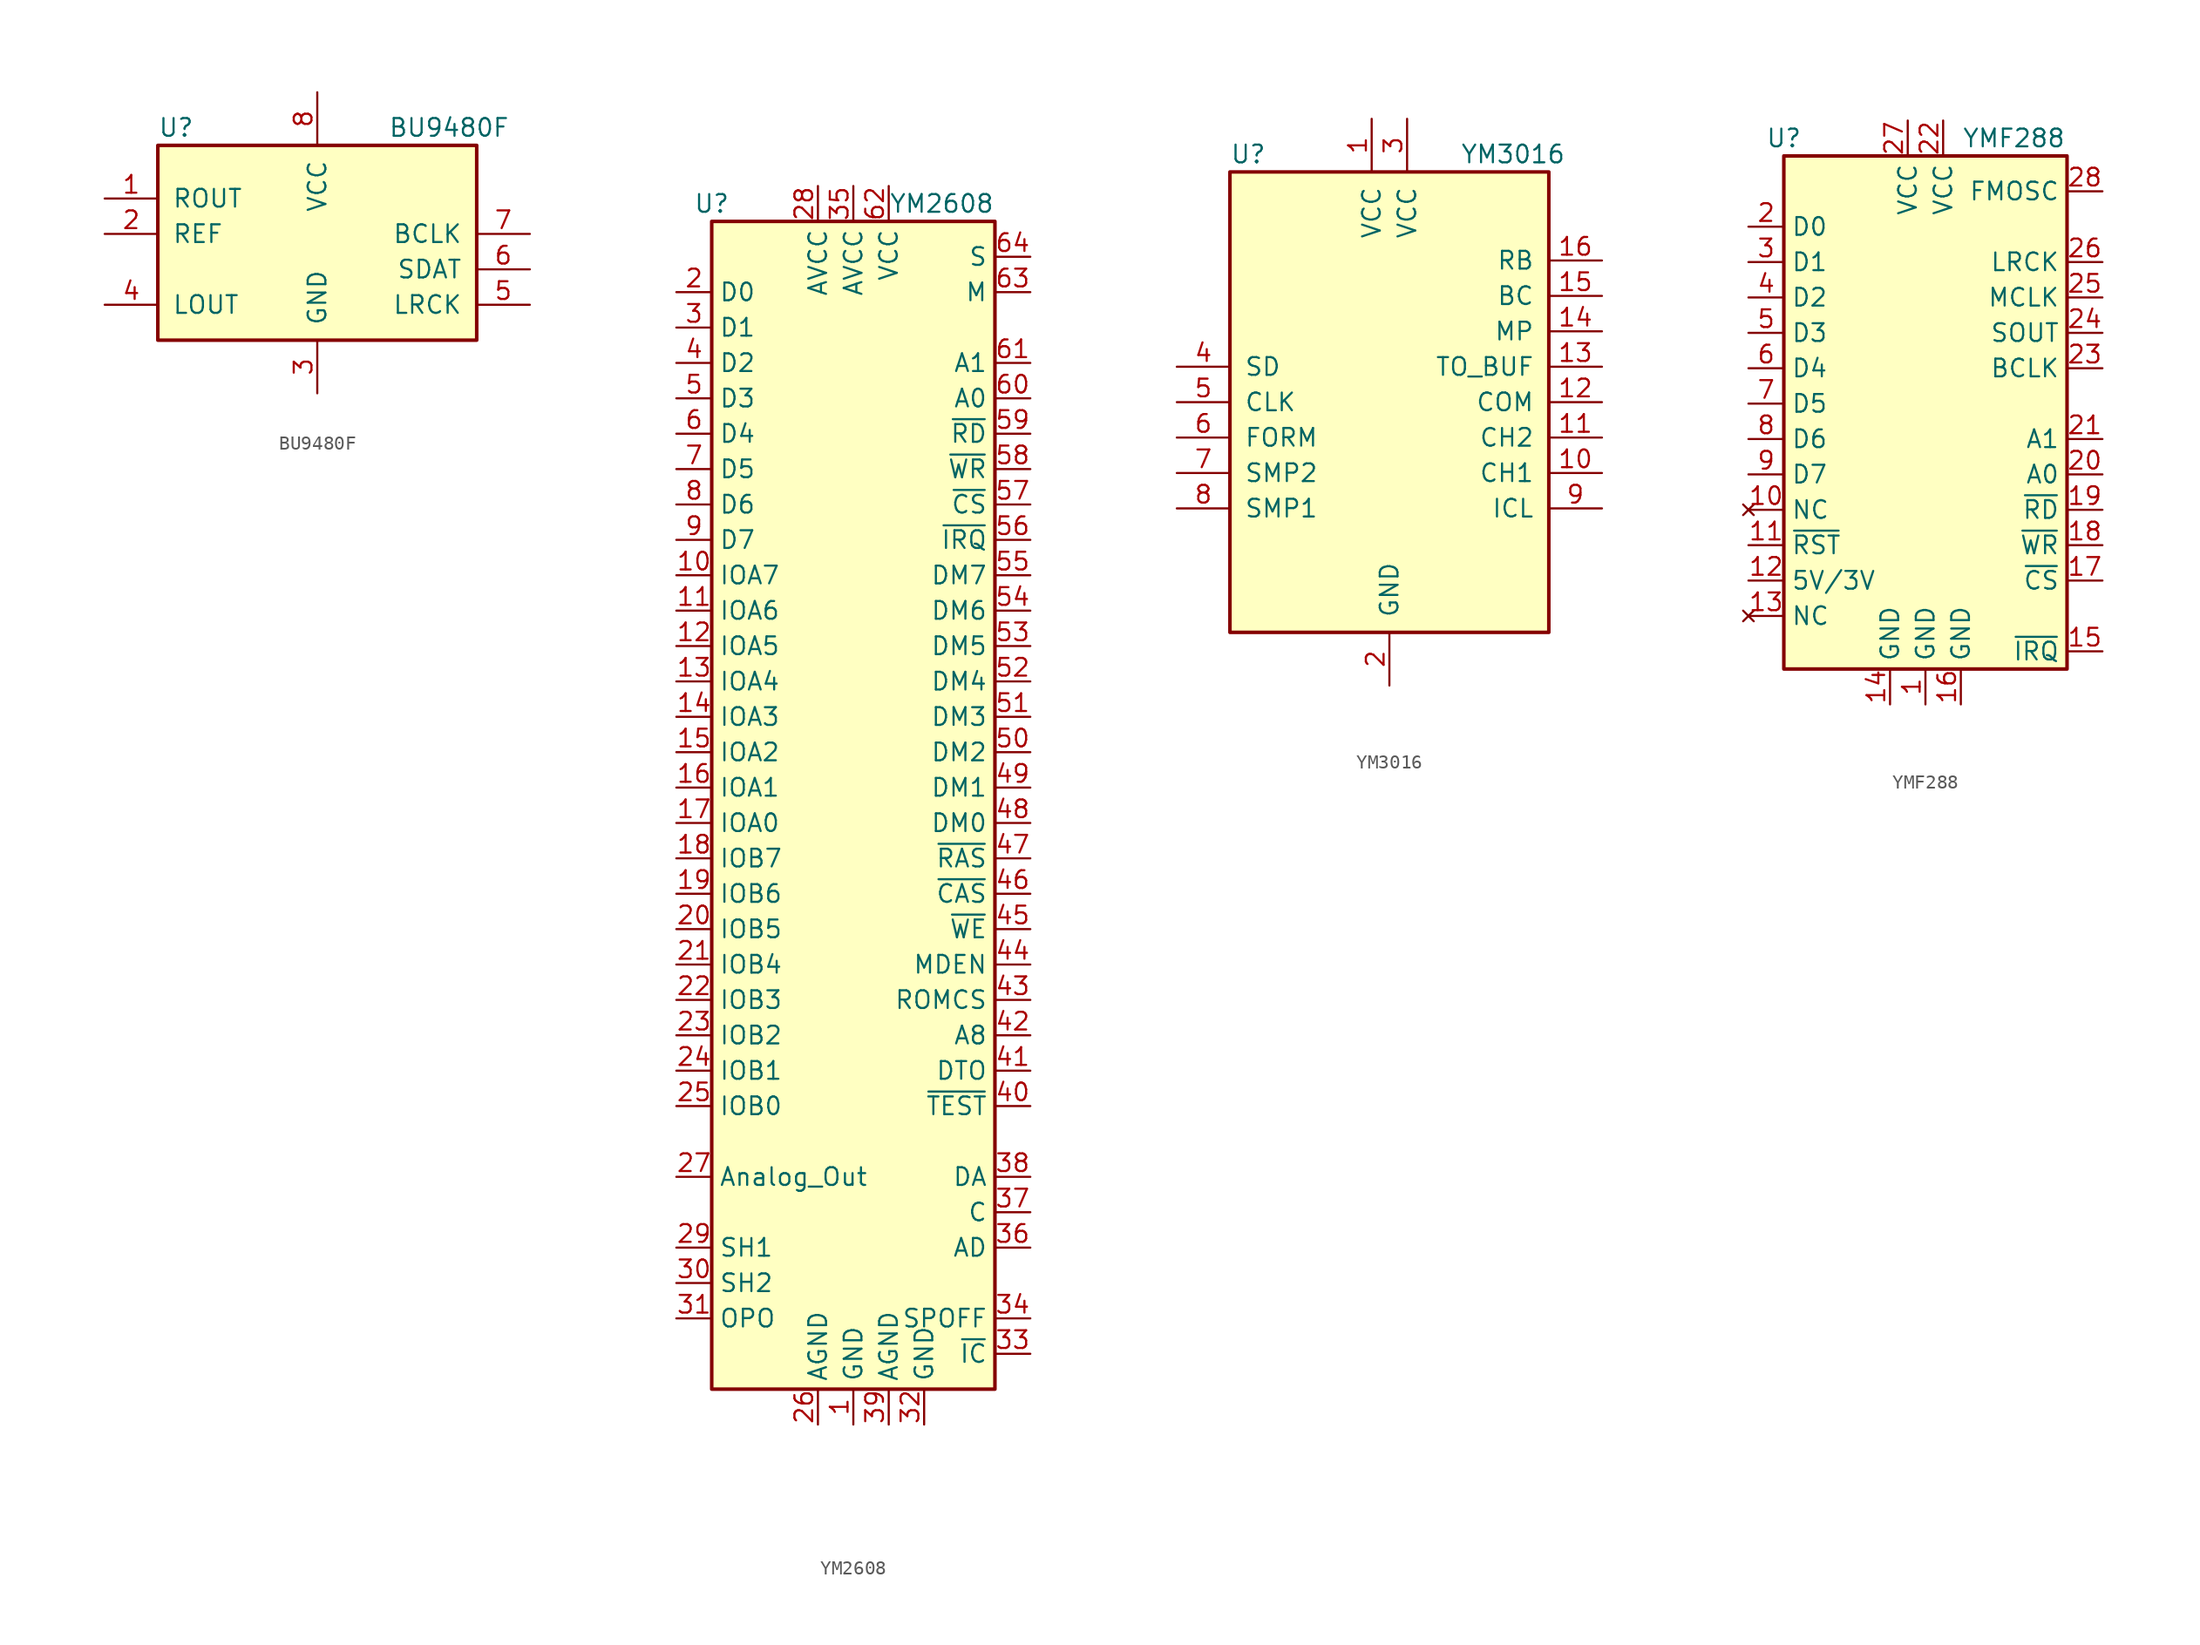
<source format=kicad_sym>
(kicad_symbol_lib
  (version 20220914)
  (generator kicad_symbol_editor)
  (symbol "BU9480F"
    (pin_names
      (offset 1.016))
    (property "Reference" "U"
      (at -11.43 17.78 0)
      (effects (font (size 1.27 1.27)) (justify left)))
    (property "Value" "BU9480F"
      (at 5.08 17.78 0)
      (effects (font (size 1.27 1.27)) (justify left)))
    (symbol "BU9480F_0_1"
      (rectangle (start -11.43 2.54) (end 11.43 16.51) (stroke (width 0.254) (type solid)) (fill (type background))))
    (symbol "BU9480F_1_1"
      (pin output line (at -15.24 12.7 0) (length 3.81) (name "ROUT" (effects (font (size 1.27 1.27)))) (number "1" (effects (font (size 1.27 1.27)))))
      (pin input line (at -15.24 10.16 0) (length 3.81) (name "REF" (effects (font (size 1.27 1.27)))) (number "2" (effects (font (size 1.27 1.27)))))
      (pin power_in line (at 0 -1.27 90) (length 3.81) (name "GND" (effects (font (size 1.27 1.27)))) (number "3" (effects (font (size 1.27 1.27)))))
      (pin output line (at -15.24 5.08 0) (length 3.81) (name "LOUT" (effects (font (size 1.27 1.27)))) (number "4" (effects (font (size 1.27 1.27)))))
      (pin input line (at 15.24 5.08 180) (length 3.81) (name "LRCK" (effects (font (size 1.27 1.27)))) (number "5" (effects (font (size 1.27 1.27)))))
      (pin input line (at 15.24 7.62 180) (length 3.81) (name "SDAT" (effects (font (size 1.27 1.27)))) (number "6" (effects (font (size 1.27 1.27)))))
      (pin input line (at 15.24 10.16 180) (length 3.81) (name "BCLK" (effects (font (size 1.27 1.27)))) (number "7" (effects (font (size 1.27 1.27)))))
      (pin power_in line (at 0 20.32 270) (length 3.81) (name "VCC" (effects (font (size 1.27 1.27)))) (number "8" (effects (font (size 1.27 1.27)))))))
  (symbol "YM2608"
    (property "Reference" "U"
      (at -10.16 29.21 0)
      (effects (font (size 1.27 1.27))))
    (property "Value" "YM2608"
      (at 6.35 29.21 0)
      (effects (font (size 1.27 1.27))))
    (symbol "YM2608_0_0"
      (pin power_in line (at -2.54 30.48 270) (length 2.54) (name "AVCC" (effects (font (size 1.27 1.27)))) (number "28" (effects (font (size 1.27 1.27)))))
      (pin output line (at -12.7 -45.72 0) (length 2.54) (name "SH1" (effects (font (size 1.27 1.27)))) (number "29" (effects (font (size 1.27 1.27)))))
      (pin output line (at -12.7 -48.26 0) (length 2.54) (name "SH2" (effects (font (size 1.27 1.27)))) (number "30" (effects (font (size 1.27 1.27)))))
      (pin output line (at -12.7 -50.8 0) (length 2.54) (name "OPO" (effects (font (size 1.27 1.27)))) (number "31" (effects (font (size 1.27 1.27)))))
      (pin power_in line (at 5.08 -58.42 90) (length 2.54) (name "GND" (effects (font (size 1.27 1.27)))) (number "32" (effects (font (size 1.27 1.27)))))
      (pin output line (at 12.7 -50.8 180) (length 2.54) (name "SPOFF" (effects (font (size 1.27 1.27)))) (number "34" (effects (font (size 1.27 1.27)))))
      (pin power_in line (at 0 30.48 270) (length 2.54) (name "AVCC" (effects (font (size 1.27 1.27)))) (number "35" (effects (font (size 1.27 1.27)))))
      (pin input line (at 12.7 -45.72 180) (length 2.54) (name "AD" (effects (font (size 1.27 1.27)))) (number "36" (effects (font (size 1.27 1.27)))))
      (pin input line (at 12.7 -43.18 180) (length 2.54) (name "C" (effects (font (size 1.27 1.27)))) (number "37" (effects (font (size 1.27 1.27)))))
      (pin input line (at 12.7 -40.64 180) (length 2.54) (name "DA" (effects (font (size 1.27 1.27)))) (number "38" (effects (font (size 1.27 1.27)))))
      (pin input line (at 12.7 -35.56 180) (length 2.54) (name "~{TEST}" (effects (font (size 1.27 1.27)))) (number "40" (effects (font (size 1.27 1.27)))))
      (pin input line (at 12.7 -33.02 180) (length 2.54) (name "DTO" (effects (font (size 1.27 1.27)))) (number "41" (effects (font (size 1.27 1.27)))))
      (pin output line (at 12.7 -30.48 180) (length 2.54) (name "A8" (effects (font (size 1.27 1.27)))) (number "42" (effects (font (size 1.27 1.27)))))
      (pin output line (at 12.7 -27.94 180) (length 2.54) (name "ROMCS" (effects (font (size 1.27 1.27)))) (number "43" (effects (font (size 1.27 1.27)))))
      (pin output line (at 12.7 -25.4 180) (length 2.54) (name "MDEN" (effects (font (size 1.27 1.27)))) (number "44" (effects (font (size 1.27 1.27)))))
      (pin output line (at 12.7 -22.86 180) (length 2.54) (name "~{WE}" (effects (font (size 1.27 1.27)))) (number "45" (effects (font (size 1.27 1.27)))))
      (pin output line (at 12.7 -20.32 180) (length 2.54) (name "~{CAS}" (effects (font (size 1.27 1.27)))) (number "46" (effects (font (size 1.27 1.27)))))
      (pin output line (at 12.7 -17.78 180) (length 2.54) (name "~{RAS}" (effects (font (size 1.27 1.27)))) (number "47" (effects (font (size 1.27 1.27)))))
      (pin bidirectional line (at 12.7 -15.24 180) (length 2.54) (name "DM0" (effects (font (size 1.27 1.27)))) (number "48" (effects (font (size 1.27 1.27)))))
      (pin bidirectional line (at 12.7 -12.7 180) (length 2.54) (name "DM1" (effects (font (size 1.27 1.27)))) (number "49" (effects (font (size 1.27 1.27)))))
      (pin bidirectional line (at 12.7 -10.16 180) (length 2.54) (name "DM2" (effects (font (size 1.27 1.27)))) (number "50" (effects (font (size 1.27 1.27)))))
      (pin bidirectional line (at 12.7 -7.62 180) (length 2.54) (name "DM3" (effects (font (size 1.27 1.27)))) (number "51" (effects (font (size 1.27 1.27)))))
      (pin bidirectional line (at 12.7 -5.08 180) (length 2.54) (name "DM4" (effects (font (size 1.27 1.27)))) (number "52" (effects (font (size 1.27 1.27)))))
      (pin bidirectional line (at 12.7 -2.54 180) (length 2.54) (name "DM5" (effects (font (size 1.27 1.27)))) (number "53" (effects (font (size 1.27 1.27)))))
      (pin bidirectional line (at 12.7 0 180) (length 2.54) (name "DM6" (effects (font (size 1.27 1.27)))) (number "54" (effects (font (size 1.27 1.27)))))
      (pin bidirectional line (at 12.7 2.54 180) (length 2.54) (name "DM7" (effects (font (size 1.27 1.27)))) (number "55" (effects (font (size 1.27 1.27)))))
      (pin output line (at 12.7 5.08 180) (length 2.54) (name "~{IRQ}" (effects (font (size 1.27 1.27)))) (number "56" (effects (font (size 1.27 1.27)))))
      (pin input line (at 12.7 7.62 180) (length 2.54) (name "~{CS}" (effects (font (size 1.27 1.27)))) (number "57" (effects (font (size 1.27 1.27)))))
      (pin input line (at 12.7 10.16 180) (length 2.54) (name "~{WR}" (effects (font (size 1.27 1.27)))) (number "58" (effects (font (size 1.27 1.27)))))
      (pin input line (at 12.7 12.7 180) (length 2.54) (name "~{RD}" (effects (font (size 1.27 1.27)))) (number "59" (effects (font (size 1.27 1.27)))))
      (pin input line (at 12.7 15.24 180) (length 2.54) (name "A0" (effects (font (size 1.27 1.27)))) (number "60" (effects (font (size 1.27 1.27)))))
      (pin input line (at 12.7 17.78 180) (length 2.54) (name "A1" (effects (font (size 1.27 1.27)))) (number "61" (effects (font (size 1.27 1.27)))))
      (pin power_in line (at 2.54 30.48 270) (length 2.54) (name "VCC" (effects (font (size 1.27 1.27)))) (number "62" (effects (font (size 1.27 1.27)))))
      (pin input line (at 12.7 22.86 180) (length 2.54) (name "M" (effects (font (size 1.27 1.27)))) (number "63" (effects (font (size 1.27 1.27))))))
    (symbol "YM2608_0_1"
      (rectangle (start -10.16 27.94) (end 10.16 -55.88) (stroke (width 0.254) (type solid)) (fill (type background))))
    (symbol "YM2608_1_1"
      (pin power_in line (at 0 -58.42 90) (length 2.54) (name "GND" (effects (font (size 1.27 1.27)))) (number "1" (effects (font (size 1.27 1.27)))))
      (pin bidirectional line (at -12.7 2.54 0) (length 2.54) (name "IOA7" (effects (font (size 1.27 1.27)))) (number "10" (effects (font (size 1.27 1.27)))))
      (pin bidirectional line (at -12.7 0 0) (length 2.54) (name "IOA6" (effects (font (size 1.27 1.27)))) (number "11" (effects (font (size 1.27 1.27)))))
      (pin bidirectional line (at -12.7 -2.54 0) (length 2.54) (name "IOA5" (effects (font (size 1.27 1.27)))) (number "12" (effects (font (size 1.27 1.27)))))
      (pin bidirectional line (at -12.7 -5.08 0) (length 2.54) (name "IOA4" (effects (font (size 1.27 1.27)))) (number "13" (effects (font (size 1.27 1.27)))))
      (pin bidirectional line (at -12.7 -7.62 0) (length 2.54) (name "IOA3" (effects (font (size 1.27 1.27)))) (number "14" (effects (font (size 1.27 1.27)))))
      (pin bidirectional line (at -12.7 -10.16 0) (length 2.54) (name "IOA2" (effects (font (size 1.27 1.27)))) (number "15" (effects (font (size 1.27 1.27)))))
      (pin bidirectional line (at -12.7 -12.7 0) (length 2.54) (name "IOA1" (effects (font (size 1.27 1.27)))) (number "16" (effects (font (size 1.27 1.27)))))
      (pin bidirectional line (at -12.7 -15.24 0) (length 2.54) (name "IOA0" (effects (font (size 1.27 1.27)))) (number "17" (effects (font (size 1.27 1.27)))))
      (pin bidirectional line (at -12.7 -17.78 0) (length 2.54) (name "IOB7" (effects (font (size 1.27 1.27)))) (number "18" (effects (font (size 1.27 1.27)))))
      (pin bidirectional line (at -12.7 -20.32 0) (length 2.54) (name "IOB6" (effects (font (size 1.27 1.27)))) (number "19" (effects (font (size 1.27 1.27)))))
      (pin bidirectional line (at -12.7 22.86 0) (length 2.54) (name "D0" (effects (font (size 1.27 1.27)))) (number "2" (effects (font (size 1.27 1.27)))))
      (pin bidirectional line (at -12.7 -22.86 0) (length 2.54) (name "IOB5" (effects (font (size 1.27 1.27)))) (number "20" (effects (font (size 1.27 1.27)))))
      (pin bidirectional line (at -12.7 -25.4 0) (length 2.54) (name "IOB4" (effects (font (size 1.27 1.27)))) (number "21" (effects (font (size 1.27 1.27)))))
      (pin bidirectional line (at -12.7 -27.94 0) (length 2.54) (name "IOB3" (effects (font (size 1.27 1.27)))) (number "22" (effects (font (size 1.27 1.27)))))
      (pin bidirectional line (at -12.7 -30.48 0) (length 2.54) (name "IOB2" (effects (font (size 1.27 1.27)))) (number "23" (effects (font (size 1.27 1.27)))))
      (pin bidirectional line (at -12.7 -33.02 0) (length 2.54) (name "IOB1" (effects (font (size 1.27 1.27)))) (number "24" (effects (font (size 1.27 1.27)))))
      (pin bidirectional line (at -12.7 -35.56 0) (length 2.54) (name "IOB0" (effects (font (size 1.27 1.27)))) (number "25" (effects (font (size 1.27 1.27)))))
      (pin power_in line (at -2.54 -58.42 90) (length 2.54) (name "AGND" (effects (font (size 1.27 1.27)))) (number "26" (effects (font (size 1.27 1.27)))))
      (pin output line (at -12.7 -40.64 0) (length 2.54) (name "Analog_Out" (effects (font (size 1.27 1.27)))) (number "27" (effects (font (size 1.27 1.27)))))
      (pin bidirectional line (at -12.7 20.32 0) (length 2.54) (name "D1" (effects (font (size 1.27 1.27)))) (number "3" (effects (font (size 1.27 1.27)))))
      (pin input line (at 12.7 -53.34 180) (length 2.54) (name "~{IC}" (effects (font (size 1.27 1.27)))) (number "33" (effects (font (size 1.27 1.27)))))
      (pin power_in line (at 2.54 -58.42 90) (length 2.54) (name "AGND" (effects (font (size 1.27 1.27)))) (number "39" (effects (font (size 1.27 1.27)))))
      (pin bidirectional line (at -12.7 17.78 0) (length 2.54) (name "D2" (effects (font (size 1.27 1.27)))) (number "4" (effects (font (size 1.27 1.27)))))
      (pin bidirectional line (at -12.7 15.24 0) (length 2.54) (name "D3" (effects (font (size 1.27 1.27)))) (number "5" (effects (font (size 1.27 1.27)))))
      (pin bidirectional line (at -12.7 12.7 0) (length 2.54) (name "D4" (effects (font (size 1.27 1.27)))) (number "6" (effects (font (size 1.27 1.27)))))
      (pin output line (at 12.7 25.4 180) (length 2.54) (name "S" (effects (font (size 1.27 1.27)))) (number "64" (effects (font (size 1.27 1.27)))))
      (pin bidirectional line (at -12.7 10.16 0) (length 2.54) (name "D5" (effects (font (size 1.27 1.27)))) (number "7" (effects (font (size 1.27 1.27)))))
      (pin bidirectional line (at -12.7 7.62 0) (length 2.54) (name "D6" (effects (font (size 1.27 1.27)))) (number "8" (effects (font (size 1.27 1.27)))))
      (pin bidirectional line (at -12.7 5.08 0) (length 2.54) (name "D7" (effects (font (size 1.27 1.27)))) (number "9" (effects (font (size 1.27 1.27)))))))
  (symbol "YM3016"
    (pin_names
      (offset 1.016))
    (property "Reference" "U"
      (at -11.43 17.78 0)
      (effects (font (size 1.27 1.27)) (justify left)))
    (property "Value" "YM3016"
      (at 5.08 17.78 0)
      (effects (font (size 1.27 1.27)) (justify left)))
    (symbol "YM3016_0_1"
      (rectangle (start -11.43 -16.51) (end 11.43 16.51) (stroke (width 0.254) (type solid)) (fill (type background))))
    (symbol "YM3016_1_1"
      (pin power_in line (at -1.27 20.32 270) (length 3.81) (name "VCC" (effects (font (size 1.27 1.27)))) (number "1" (effects (font (size 1.27 1.27)))))
      (pin output line (at 15.24 -5.08 180) (length 3.81) (name "CH1" (effects (font (size 1.27 1.27)))) (number "10" (effects (font (size 1.27 1.27)))))
      (pin output line (at 15.24 -2.54 180) (length 3.81) (name "CH2" (effects (font (size 1.27 1.27)))) (number "11" (effects (font (size 1.27 1.27)))))
      (pin input line (at 15.24 0 180) (length 3.81) (name "COM" (effects (font (size 1.27 1.27)))) (number "12" (effects (font (size 1.27 1.27)))))
      (pin input line (at 15.24 2.54 180) (length 3.81) (name "TO_BUF" (effects (font (size 1.27 1.27)))) (number "13" (effects (font (size 1.27 1.27)))))
      (pin input line (at 15.24 5.08 180) (length 3.81) (name "MP" (effects (font (size 1.27 1.27)))) (number "14" (effects (font (size 1.27 1.27)))))
      (pin input line (at 15.24 7.62 180) (length 3.81) (name "BC" (effects (font (size 1.27 1.27)))) (number "15" (effects (font (size 1.27 1.27)))))
      (pin output line (at 15.24 10.16 180) (length 3.81) (name "RB" (effects (font (size 1.27 1.27)))) (number "16" (effects (font (size 1.27 1.27)))))
      (pin power_in line (at 0 -20.32 90) (length 3.81) (name "GND" (effects (font (size 1.27 1.27)))) (number "2" (effects (font (size 1.27 1.27)))))
      (pin power_in line (at 1.27 20.32 270) (length 3.81) (name "VCC" (effects (font (size 1.27 1.27)))) (number "3" (effects (font (size 1.27 1.27)))))
      (pin input line (at -15.24 2.54 0) (length 3.81) (name "SD" (effects (font (size 1.27 1.27)))) (number "4" (effects (font (size 1.27 1.27)))))
      (pin input line (at -15.24 0 0) (length 3.81) (name "CLK" (effects (font (size 1.27 1.27)))) (number "5" (effects (font (size 1.27 1.27)))))
      (pin input line (at -15.24 -2.54 0) (length 3.81) (name "FORM" (effects (font (size 1.27 1.27)))) (number "6" (effects (font (size 1.27 1.27)))))
      (pin input line (at -15.24 -5.08 0) (length 3.81) (name "SMP2" (effects (font (size 1.27 1.27)))) (number "7" (effects (font (size 1.27 1.27)))))
      (pin input line (at -15.24 -7.62 0) (length 3.81) (name "SMP1" (effects (font (size 1.27 1.27)))) (number "8" (effects (font (size 1.27 1.27)))))
      (pin input line (at 15.24 -7.62 180) (length 3.81) (name "ICL" (effects (font (size 1.27 1.27)))) (number "9" (effects (font (size 1.27 1.27)))))))
  (symbol "YMF288"
    (property "Reference" "U"
      (at -10.16 29.21 0)
      (effects (font (size 1.27 1.27))))
    (property "Value" "YMF288"
      (at 6.35 29.21 0)
      (effects (font (size 1.27 1.27))))
    (symbol "YMF288_0_0"
      (pin output line (at 12.7 -7.62 180) (length 2.54) (name "~{IRQ}" (effects (font (size 1.27 1.27)))) (number "15" (effects (font (size 1.27 1.27)))))
      (pin power_in line (at 2.54 -11.43 90) (length 2.54) (name "GND" (effects (font (size 1.27 1.27)))) (number "16" (effects (font (size 1.27 1.27)))))
      (pin input line (at 12.7 -2.54 180) (length 2.54) (name "~{CS}" (effects (font (size 1.27 1.27)))) (number "17" (effects (font (size 1.27 1.27)))))
      (pin input line (at 12.7 0 180) (length 2.54) (name "~{WR}" (effects (font (size 1.27 1.27)))) (number "18" (effects (font (size 1.27 1.27)))))
      (pin input line (at 12.7 2.54 180) (length 2.54) (name "~{RD}" (effects (font (size 1.27 1.27)))) (number "19" (effects (font (size 1.27 1.27)))))
      (pin input line (at 12.7 5.08 180) (length 2.54) (name "A0" (effects (font (size 1.27 1.27)))) (number "20" (effects (font (size 1.27 1.27)))))
      (pin input line (at 12.7 7.62 180) (length 2.54) (name "A1" (effects (font (size 1.27 1.27)))) (number "21" (effects (font (size 1.27 1.27)))))
      (pin power_in line (at 1.27 30.48 270) (length 2.54) (name "VCC" (effects (font (size 1.27 1.27)))) (number "22" (effects (font (size 1.27 1.27)))))
      (pin output line (at 12.7 15.24 180) (length 2.54) (name "SOUT" (effects (font (size 1.27 1.27)))) (number "24" (effects (font (size 1.27 1.27)))))
      (pin output line (at 12.7 17.78 180) (length 2.54) (name "MCLK" (effects (font (size 1.27 1.27)))) (number "25" (effects (font (size 1.27 1.27)))))
      (pin output line (at 12.7 20.32 180) (length 2.54) (name "LRCK" (effects (font (size 1.27 1.27)))) (number "26" (effects (font (size 1.27 1.27)))))
      (pin power_in line (at -1.27 30.48 270) (length 2.54) (name "VCC" (effects (font (size 1.27 1.27)))) (number "27" (effects (font (size 1.27 1.27)))))
      (pin input line (at 12.7 25.4 180) (length 2.54) (name "FMOSC" (effects (font (size 1.27 1.27)))) (number "28" (effects (font (size 1.27 1.27))))))
    (symbol "YMF288_0_1"
      (rectangle (start -10.16 27.94) (end 10.16 -8.89) (stroke (width 0.254) (type solid)) (fill (type background))))
    (symbol "YMF288_1_1"
      (pin power_in line (at 0 -11.43 90) (length 2.54) (name "GND" (effects (font (size 1.27 1.27)))) (number "1" (effects (font (size 1.27 1.27)))))
      (pin no_connect line (at -12.7 2.54 0) (length 2.54) (name "NC" (effects (font (size 1.27 1.27)))) (number "10" (effects (font (size 1.27 1.27)))))
      (pin input line (at -12.7 0 0) (length 2.54) (name "~{RST}" (effects (font (size 1.27 1.27)))) (number "11" (effects (font (size 1.27 1.27)))))
      (pin power_in line (at -12.7 -2.54 0) (length 2.54) (name "5V/3V" (effects (font (size 1.27 1.27)))) (number "12" (effects (font (size 1.27 1.27)))))
      (pin no_connect line (at -12.7 -5.08 0) (length 2.54) (name "NC" (effects (font (size 1.27 1.27)))) (number "13" (effects (font (size 1.27 1.27)))))
      (pin power_in line (at -2.54 -11.43 90) (length 2.54) (name "GND" (effects (font (size 1.27 1.27)))) (number "14" (effects (font (size 1.27 1.27)))))
      (pin bidirectional line (at -12.7 22.86 0) (length 2.54) (name "D0" (effects (font (size 1.27 1.27)))) (number "2" (effects (font (size 1.27 1.27)))))
      (pin output line (at 12.7 12.7 180) (length 2.54) (name "BCLK" (effects (font (size 1.27 1.27)))) (number "23" (effects (font (size 1.27 1.27)))))
      (pin bidirectional line (at -12.7 20.32 0) (length 2.54) (name "D1" (effects (font (size 1.27 1.27)))) (number "3" (effects (font (size 1.27 1.27)))))
      (pin bidirectional line (at -12.7 17.78 0) (length 2.54) (name "D2" (effects (font (size 1.27 1.27)))) (number "4" (effects (font (size 1.27 1.27)))))
      (pin bidirectional line (at -12.7 15.24 0) (length 2.54) (name "D3" (effects (font (size 1.27 1.27)))) (number "5" (effects (font (size 1.27 1.27)))))
      (pin bidirectional line (at -12.7 12.7 0) (length 2.54) (name "D4" (effects (font (size 1.27 1.27)))) (number "6" (effects (font (size 1.27 1.27)))))
      (pin bidirectional line (at -12.7 10.16 0) (length 2.54) (name "D5" (effects (font (size 1.27 1.27)))) (number "7" (effects (font (size 1.27 1.27)))))
      (pin bidirectional line (at -12.7 7.62 0) (length 2.54) (name "D6" (effects (font (size 1.27 1.27)))) (number "8" (effects (font (size 1.27 1.27)))))
      (pin bidirectional line (at -12.7 5.08 0) (length 2.54) (name "D7" (effects (font (size 1.27 1.27)))) (number "9" (effects (font (size 1.27 1.27))))))))
</source>
